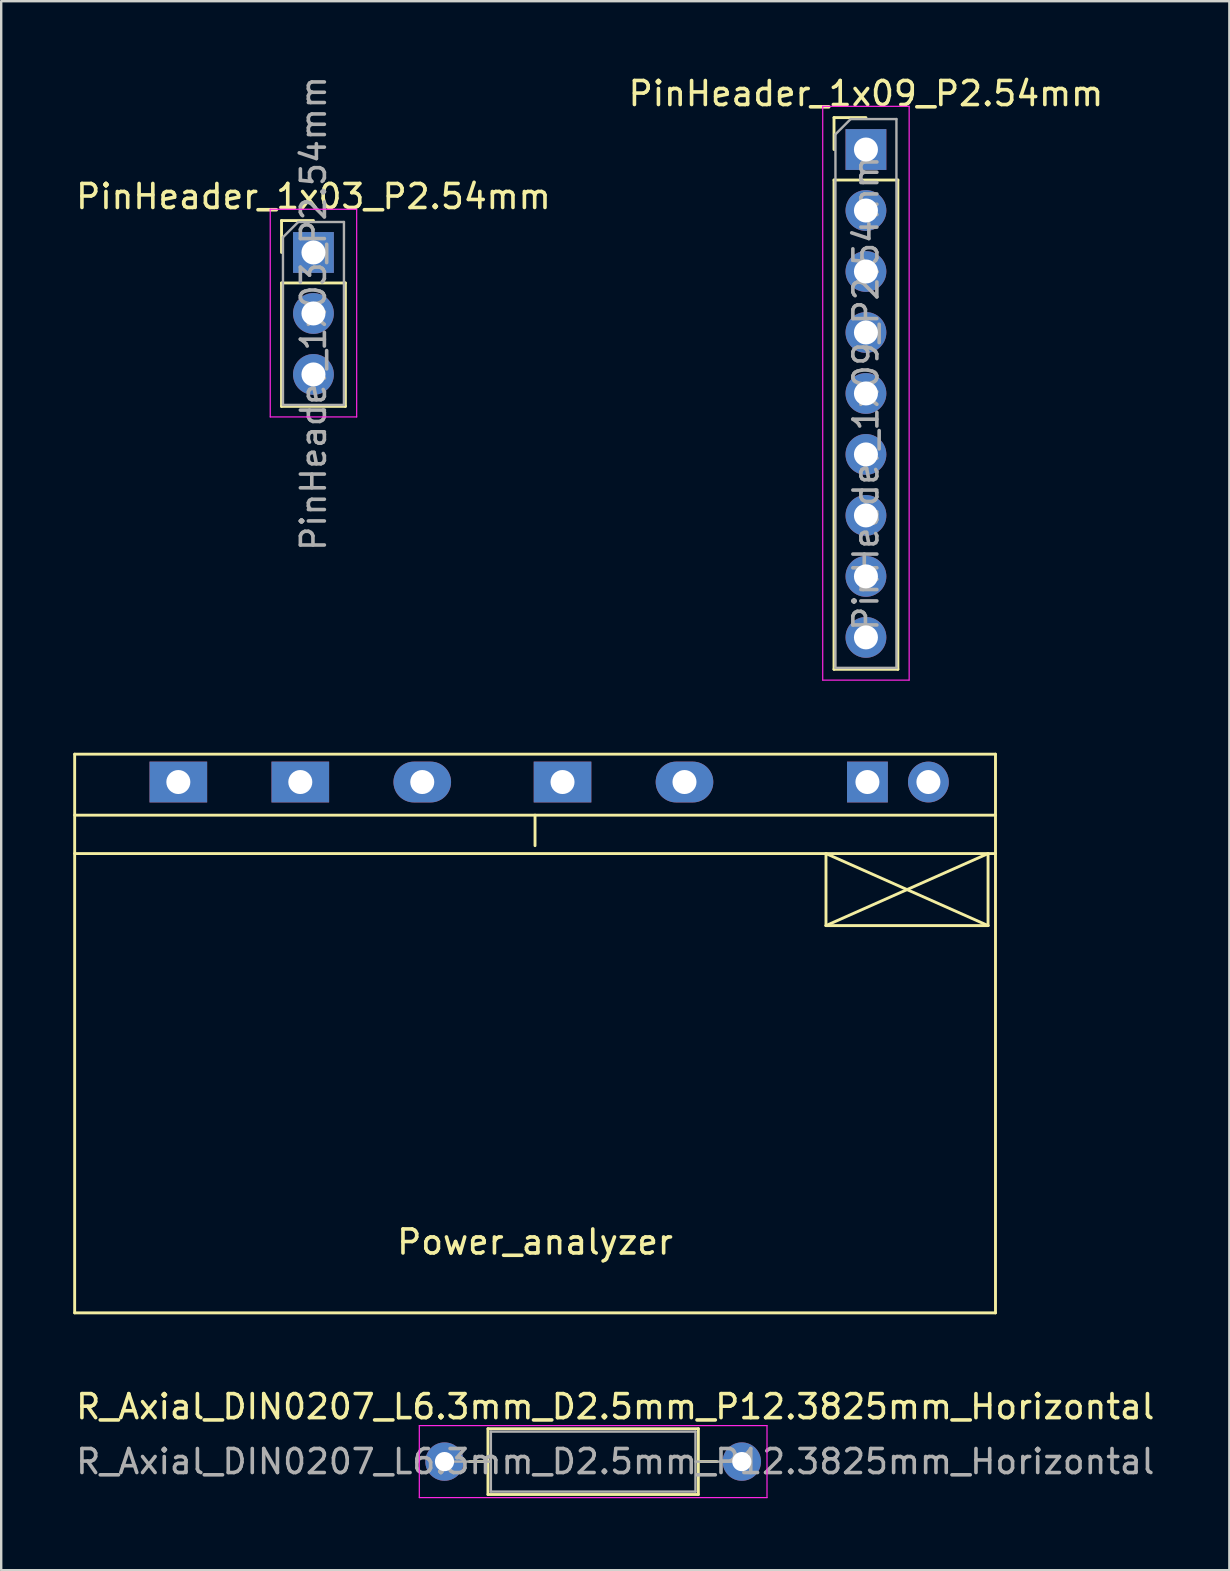
<source format=kicad_pcb>
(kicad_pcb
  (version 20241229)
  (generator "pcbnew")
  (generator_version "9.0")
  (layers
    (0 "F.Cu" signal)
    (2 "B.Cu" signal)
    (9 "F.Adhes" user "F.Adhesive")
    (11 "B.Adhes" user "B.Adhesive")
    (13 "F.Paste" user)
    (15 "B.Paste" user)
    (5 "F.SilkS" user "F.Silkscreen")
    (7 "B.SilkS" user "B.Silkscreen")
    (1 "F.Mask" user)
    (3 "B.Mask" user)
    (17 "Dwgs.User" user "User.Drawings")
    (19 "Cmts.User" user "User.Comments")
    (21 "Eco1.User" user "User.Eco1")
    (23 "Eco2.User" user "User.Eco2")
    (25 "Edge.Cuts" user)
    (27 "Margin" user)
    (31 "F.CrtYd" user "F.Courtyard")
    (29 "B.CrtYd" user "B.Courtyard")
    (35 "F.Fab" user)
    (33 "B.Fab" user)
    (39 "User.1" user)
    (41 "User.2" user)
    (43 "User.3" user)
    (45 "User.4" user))
  (footprint "PinHeader_1x09_P2.54mm"
    (layer "F.Cu")
    (at 33.018 3.178)
    (property "Reference" "PinHeader_1x09_P2.54mm" (at 0 -2.33 0) (layer "F.SilkS") (effects (font (size 1 1) (thickness 0.15))))
    (attr through_hole)
    (fp_line (start -1.33 -1.33) (end 0 -1.33) (stroke (width 0.12) (type solid)) (layer "F.SilkS"))
    (fp_line (start -1.33 0) (end -1.33 -1.33) (stroke (width 0.12) (type solid)) (layer "F.SilkS"))
    (fp_line (start -1.33 1.27) (end -1.33 21.65) (stroke (width 0.12) (type solid)) (layer "F.SilkS"))
    (fp_line (start -1.33 1.27) (end 1.33 1.27) (stroke (width 0.12) (type solid)) (layer "F.SilkS"))
    (fp_line (start -1.33 21.65) (end 1.33 21.65) (stroke (width 0.12) (type solid)) (layer "F.SilkS"))
    (fp_line (start 1.33 1.27) (end 1.33 21.65) (stroke (width 0.12) (type solid)) (layer "F.SilkS"))
    (fp_line (start -1.8 -1.8) (end -1.8 22.1) (stroke (width 0.05) (type solid)) (layer "F.CrtYd"))
    (fp_line (start -1.8 22.1) (end 1.8 22.1) (stroke (width 0.05) (type solid)) (layer "F.CrtYd"))
    (fp_line (start 1.8 -1.8) (end -1.8 -1.8) (stroke (width 0.05) (type solid)) (layer "F.CrtYd"))
    (fp_line (start 1.8 22.1) (end 1.8 -1.8) (stroke (width 0.05) (type solid)) (layer "F.CrtYd"))
    (fp_line (start -1.27 -0.635) (end -0.635 -1.27) (stroke (width 0.1) (type solid)) (layer "F.Fab"))
    (fp_line (start -1.27 21.59) (end -1.27 -0.635) (stroke (width 0.1) (type solid)) (layer "F.Fab"))
    (fp_line (start -0.635 -1.27) (end 1.27 -1.27) (stroke (width 0.1) (type solid)) (layer "F.Fab"))
    (fp_line (start 1.27 -1.27) (end 1.27 21.59) (stroke (width 0.1) (type solid)) (layer "F.Fab"))
    (fp_line (start 1.27 21.59) (end -1.27 21.59) (stroke (width 0.1) (type solid)) (layer "F.Fab"))
    (fp_text user "${REFERENCE}" (at 0 10.16 90) (layer "F.Fab") (effects (font (size 1 1) (thickness 0.15))))
    (pad "1" thru_hole rect (at 0 0) (size 1.7 1.7) (drill 1) (layers "*.Cu" "*.Mask"))
    (pad "2" thru_hole oval (at 0 2.54) (size 1.7 1.7) (drill 1) (layers "*.Cu" "*.Mask"))
    (pad "3" thru_hole oval (at 0 5.08) (size 1.7 1.7) (drill 1) (layers "*.Cu" "*.Mask"))
    (pad "4" thru_hole oval (at 0 7.62) (size 1.7 1.7) (drill 1) (layers "*.Cu" "*.Mask"))
    (pad "5" thru_hole oval (at 0 10.16) (size 1.7 1.7) (drill 1) (layers "*.Cu" "*.Mask"))
    (pad "6" thru_hole oval (at 0 12.7) (size 1.7 1.7) (drill 1) (layers "*.Cu" "*.Mask"))
    (pad "7" thru_hole oval (at 0 15.24) (size 1.7 1.7) (drill 1) (layers "*.Cu" "*.Mask"))
    (pad "8" thru_hole oval (at 0 17.78) (size 1.7 1.7) (drill 1) (layers "*.Cu" "*.Mask"))
    (pad "9" thru_hole oval (at 0 20.32) (size 1.7 1.7) (drill 1) (layers "*.Cu" "*.Mask")))
  (footprint "R_Axial_DIN0207_L6.3mm_D2.5mm_P12.3825mm_Horizontal"
    (layer "F.Cu")
    (at 15.465 57.828)
    (property "Reference" "R_Axial_DIN0207_L6.3mm_D2.5mm_P12.3825mm_Horizontal" (at 7.112 -2.286 0) (layer "F.SilkS") (effects (font (size 1 1) (thickness 0.15))))
    (attr through_hole)
    (fp_line (start 1.04 0) (end 1.81 0) (stroke (width 0.12) (type solid)) (layer "F.SilkS"))
    (fp_line (start 1.81 -1.37) (end 1.81 1.37) (stroke (width 0.12) (type solid)) (layer "F.SilkS"))
    (fp_line (start 1.81 1.37) (end 10.572 1.37) (stroke (width 0.12) (type solid)) (layer "F.SilkS"))
    (fp_line (start 10.572 -1.37) (end 1.81 -1.37) (stroke (width 0.12) (type solid)) (layer "F.SilkS"))
    (fp_line (start 10.572 1.37) (end 10.572 -1.37) (stroke (width 0.12) (type solid)) (layer "F.SilkS"))
    (fp_line (start 11.342 0) (end 10.572 0) (stroke (width 0.12) (type solid)) (layer "F.SilkS"))
    (fp_line (start -1.05 -1.5) (end -1.05 1.5) (stroke (width 0.05) (type solid)) (layer "F.CrtYd"))
    (fp_line (start -1.05 1.5) (end 13.432 1.5) (stroke (width 0.05) (type solid)) (layer "F.CrtYd"))
    (fp_line (start 13.432 -1.5) (end -1.05 -1.5) (stroke (width 0.05) (type solid)) (layer "F.CrtYd"))
    (fp_line (start 13.432 1.5) (end 13.432 -1.5) (stroke (width 0.05) (type solid)) (layer "F.CrtYd"))
    (fp_line (start 0 0) (end 1.93 0) (stroke (width 0.1) (type solid)) (layer "F.Fab"))
    (fp_line (start 1.93 -1.25) (end 1.93 1.25) (stroke (width 0.1) (type solid)) (layer "F.Fab"))
    (fp_line (start 1.93 1.25) (end 10.453 1.25) (stroke (width 0.1) (type solid)) (layer "F.Fab"))
    (fp_line (start 10.453 -1.25) (end 1.93 -1.25) (stroke (width 0.1) (type solid)) (layer "F.Fab"))
    (fp_line (start 10.453 1.25) (end 10.453 -1.25) (stroke (width 0.1) (type solid)) (layer "F.Fab"))
    (fp_line (start 12.383 0) (end 10.453 0) (stroke (width 0.1) (type solid)) (layer "F.Fab"))
    (fp_text user "${REFERENCE}" (at 7.112 0 0) (layer "F.Fab") (effects (font (size 1 1) (thickness 0.15))))
    (pad "1" thru_hole circle (at 0 0) (size 1.6 1.6) (drill 0.8) (layers "*.Cu" "*.Mask"))
    (pad "2" thru_hole oval (at 12.383 0) (size 1.6 1.6) (drill 0.8) (layers "*.Cu" "*.Mask")))
  (footprint "PinHeader_1x03_P2.54mm"
    (layer "F.Cu")
    (at 10.006 7.466)
    (property "Reference" "PinHeader_1x03_P2.54mm" (at 0 -2.33 0) (layer "F.SilkS") (effects (font (size 1 1) (thickness 0.15))))
    (attr through_hole)
    (fp_line (start -1.33 -1.33) (end 0 -1.33) (stroke (width 0.12) (type solid)) (layer "F.SilkS"))
    (fp_line (start -1.33 0) (end -1.33 -1.33) (stroke (width 0.12) (type solid)) (layer "F.SilkS"))
    (fp_line (start -1.33 1.27) (end -1.33 6.41) (stroke (width 0.12) (type solid)) (layer "F.SilkS"))
    (fp_line (start -1.33 1.27) (end 1.33 1.27) (stroke (width 0.12) (type solid)) (layer "F.SilkS"))
    (fp_line (start -1.33 6.41) (end 1.33 6.41) (stroke (width 0.12) (type solid)) (layer "F.SilkS"))
    (fp_line (start 1.33 1.27) (end 1.33 6.41) (stroke (width 0.12) (type solid)) (layer "F.SilkS"))
    (fp_line (start -1.8 -1.8) (end -1.8 6.85) (stroke (width 0.05) (type solid)) (layer "F.CrtYd"))
    (fp_line (start -1.8 6.85) (end 1.8 6.85) (stroke (width 0.05) (type solid)) (layer "F.CrtYd"))
    (fp_line (start 1.8 -1.8) (end -1.8 -1.8) (stroke (width 0.05) (type solid)) (layer "F.CrtYd"))
    (fp_line (start 1.8 6.85) (end 1.8 -1.8) (stroke (width 0.05) (type solid)) (layer "F.CrtYd"))
    (fp_line (start -1.27 -0.635) (end -0.635 -1.27) (stroke (width 0.1) (type solid)) (layer "F.Fab"))
    (fp_line (start -1.27 6.35) (end -1.27 -0.635) (stroke (width 0.1) (type solid)) (layer "F.Fab"))
    (fp_line (start -0.635 -1.27) (end 1.27 -1.27) (stroke (width 0.1) (type solid)) (layer "F.Fab"))
    (fp_line (start 1.27 -1.27) (end 1.27 6.35) (stroke (width 0.1) (type solid)) (layer "F.Fab"))
    (fp_line (start 1.27 6.35) (end -1.27 6.35) (stroke (width 0.1) (type solid)) (layer "F.Fab"))
    (fp_text user "${REFERENCE}" (at 0 2.54 90) (layer "F.Fab") (effects (font (size 1 1) (thickness 0.15))))
    (pad "1" thru_hole rect (at 0 0) (size 1.7 1.7) (drill 1) (layers "*.Cu" "*.Mask"))
    (pad "2" thru_hole oval (at 0 2.54) (size 1.7 1.7) (drill 1) (layers "*.Cu" "*.Mask"))
    (pad "3" thru_hole oval (at 0 5.08) (size 1.7 1.7) (drill 1) (layers "*.Cu" "*.Mask")))
  (footprint "Power_analyzer"
    (layer "F.Cu")
    (at 19.235 30.903)
    (property "Reference" "Power_analyzer" (at 0 17.78 0) (layer "F.SilkS") (effects (font (size 1 1) (thickness 0.15))))
    (attr through_hole)
    (fp_line (start -19.175 -2.54) (end -19.175 20.73) (stroke (width 0.12) (type solid)) (layer "F.SilkS"))
    (fp_line (start -19.175 0) (end 19.179 0) (stroke (width 0.12) (type solid)) (layer "F.SilkS"))
    (fp_line (start -19.175 1.6) (end 19.179 1.6) (stroke (width 0.12) (type solid)) (layer "F.SilkS"))
    (fp_line (start -19.175 20.73) (end 19.179 20.73) (stroke (width 0.12) (type solid)) (layer "F.SilkS"))
    (fp_line (start 0 0) (end 0 1.27) (stroke (width 0.12) (type solid)) (layer "F.SilkS"))
    (fp_line (start 12.119 1.6) (end 12.119 4.6) (stroke (width 0.12) (type solid)) (layer "F.SilkS"))
    (fp_line (start 12.119 1.6) (end 18.869 4.6) (stroke (width 0.12) (type solid)) (layer "F.SilkS"))
    (fp_line (start 12.119 4.6) (end 18.869 1.6) (stroke (width 0.12) (type solid)) (layer "F.SilkS"))
    (fp_line (start 18.869 1.6) (end 18.869 4.6) (stroke (width 0.12) (type solid)) (layer "F.SilkS"))
    (fp_line (start 18.869 4.6) (end 12.119 4.6) (stroke (width 0.12) (type solid)) (layer "F.SilkS"))
    (fp_line (start 19.179 -2.54) (end -19.175 -2.54) (stroke (width 0.12) (type solid)) (layer "F.SilkS"))
    (fp_line (start 19.179 20.73) (end 19.179 -2.54) (stroke (width 0.12) (type solid)) (layer "F.SilkS"))
    (pad "1" thru_hole rect (at -14.857 -1.38) (size 2.4 1.7) (drill 1) (layers "*.Cu" "*.Mask"))
    (pad "2" thru_hole rect (at -9.777 -1.38) (size 2.4 1.7) (drill 1) (layers "*.Cu" "*.Mask"))
    (pad "3" thru_hole oval (at -4.697 -1.38) (size 2.4 1.7) (drill 1) (layers "*.Cu" "*.Mask"))
    (pad "4" thru_hole rect (at 1.145 -1.38) (size 2.4 1.7) (drill 1) (layers "*.Cu" "*.Mask"))
    (pad "5" thru_hole oval (at 6.225 -1.38) (size 2.4 1.7) (drill 1) (layers "*.Cu" "*.Mask"))
    (pad "6" thru_hole rect (at 13.845 -1.38) (size 1.7 1.7) (drill 1) (layers "*.Cu" "*.Mask"))
    (pad "7" thru_hole circle (at 16.385 -1.38) (size 1.7 1.7) (drill 1) (layers "*.Cu" "*.Mask")))
  (gr_rect
    (start -3 -3)
    (end 48.155 62.352)
    (stroke (width 0.1) (type default))
    (fill no)
    (layer "Edge.Cuts")))
</source>
